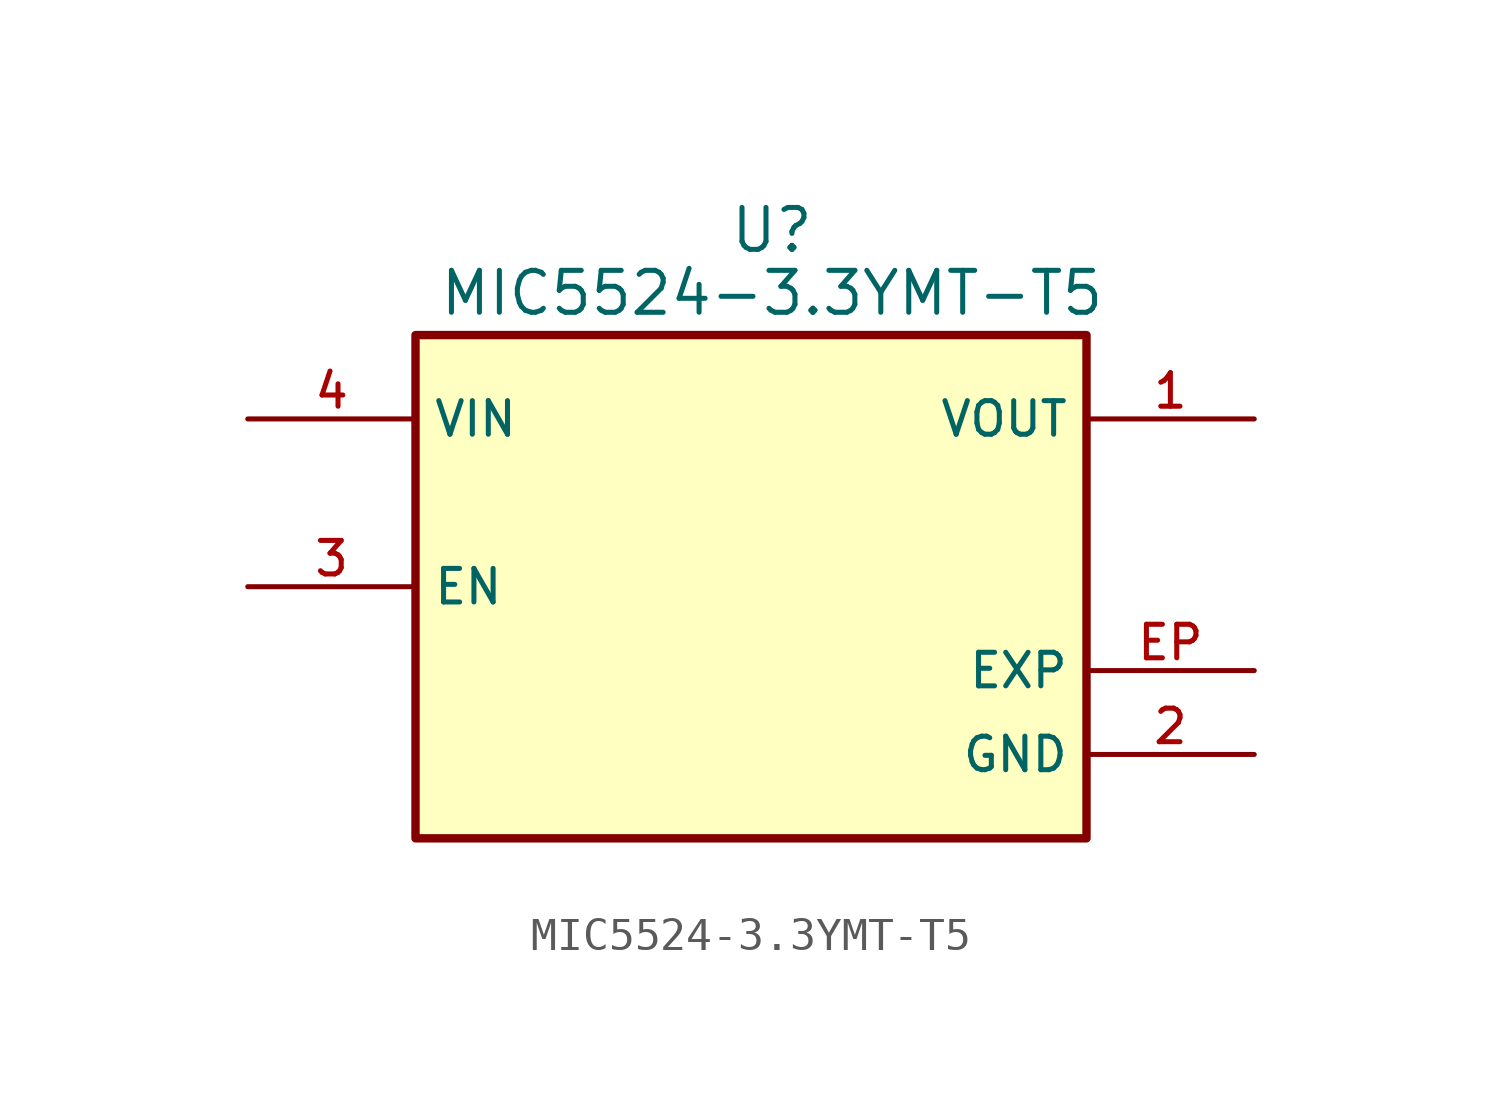
<source format=kicad_sym>
(kicad_symbol_lib
  (version 20211014)
  (generator kicad_symbol_editor)
  (symbol "MIC5524-3.3YMT-T5"
    (property "Reference" "U"
      (at 0 10.16 0)
      (effects (font (size 1.27 1.27))))
    (property "Value" "MIC5524-3.3YMT-T5"
      (at 0 8.255 0)
      (effects (font (size 1.27 1.27))))
    (symbol "MIC5524-3.3YMT-T5_0_0"
      (rectangle (start -10.795 -8.255) (end 9.525 6.985) (stroke (width 0.254) (type default) (color 0 0 0 0)) (fill (type background)))
      (pin output line (at 14.605 4.445 180) (length 5.08) (name "VOUT" (effects (font (size 1.016 1.016)))) (number "1" (effects (font (size 1.016 1.016)))))
      (pin power_in line (at 14.605 -5.715 180) (length 5.08) (name "GND" (effects (font (size 1.016 1.016)))) (number "2" (effects (font (size 1.016 1.016)))))
      (pin input line (at -15.875 -0.635 0) (length 5.08) (name "EN" (effects (font (size 1.016 1.016)))) (number "3" (effects (font (size 1.016 1.016)))))
      (pin input line (at -15.875 4.445 0) (length 5.08) (name "VIN" (effects (font (size 1.016 1.016)))) (number "4" (effects (font (size 1.016 1.016)))))
      (pin power_in line (at 14.605 -3.175 180) (length 5.08) (name "EXP" (effects (font (size 1.016 1.016)))) (number "EP" (effects (font (size 1.016 1.016))))))))
</source>
